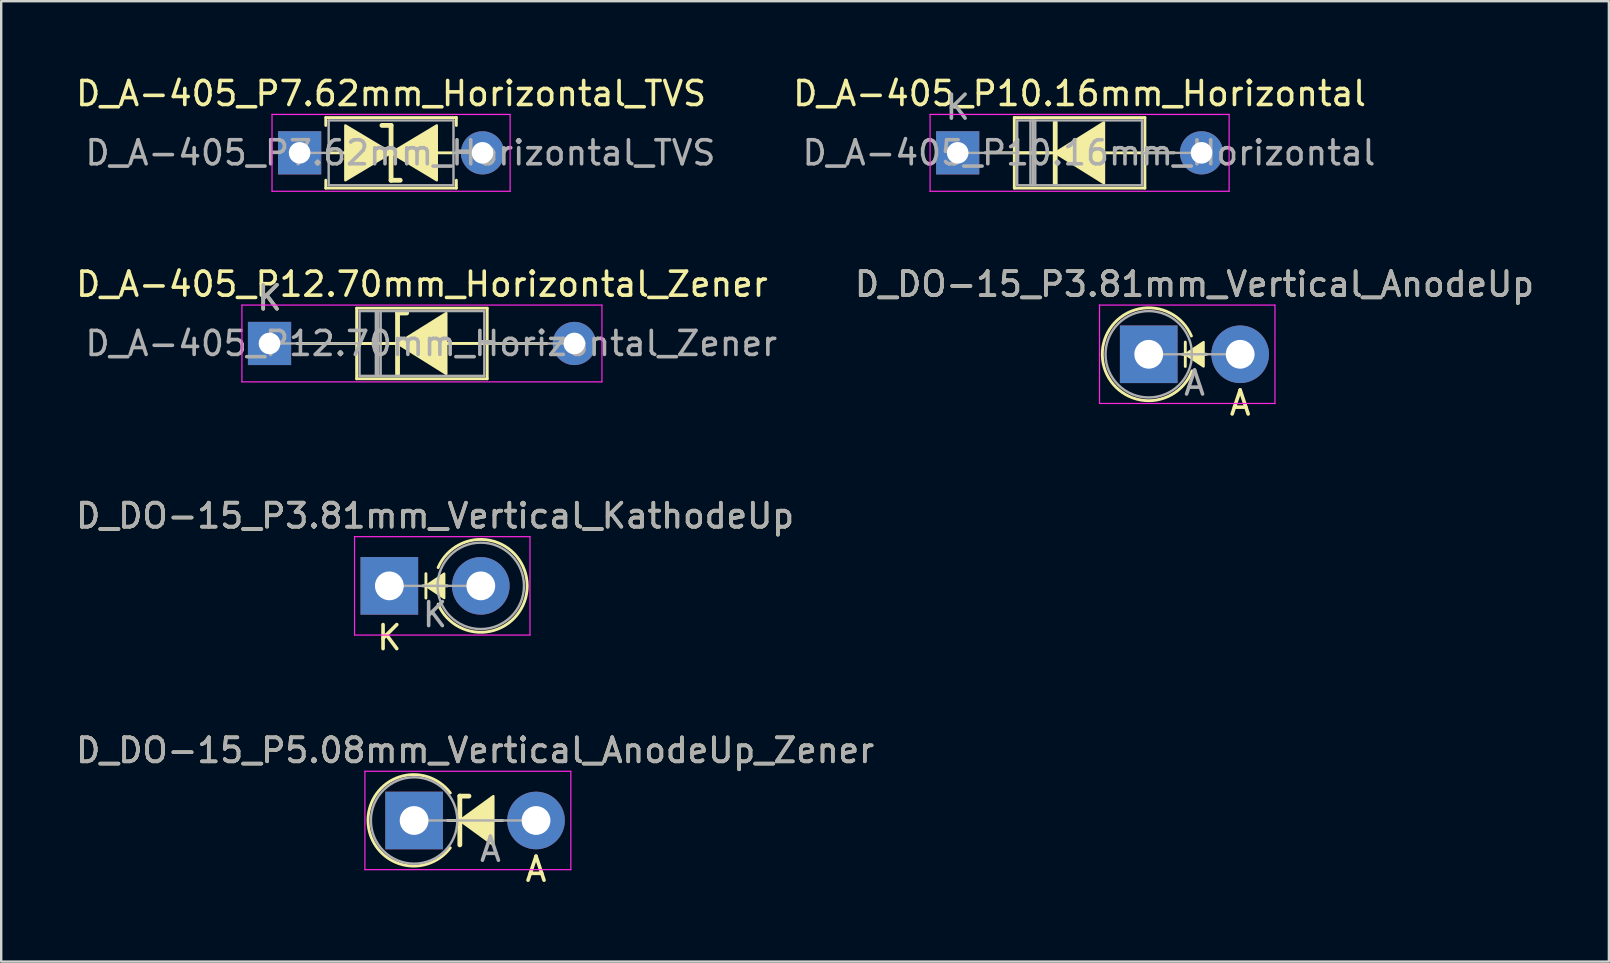
<source format=kicad_pcb>
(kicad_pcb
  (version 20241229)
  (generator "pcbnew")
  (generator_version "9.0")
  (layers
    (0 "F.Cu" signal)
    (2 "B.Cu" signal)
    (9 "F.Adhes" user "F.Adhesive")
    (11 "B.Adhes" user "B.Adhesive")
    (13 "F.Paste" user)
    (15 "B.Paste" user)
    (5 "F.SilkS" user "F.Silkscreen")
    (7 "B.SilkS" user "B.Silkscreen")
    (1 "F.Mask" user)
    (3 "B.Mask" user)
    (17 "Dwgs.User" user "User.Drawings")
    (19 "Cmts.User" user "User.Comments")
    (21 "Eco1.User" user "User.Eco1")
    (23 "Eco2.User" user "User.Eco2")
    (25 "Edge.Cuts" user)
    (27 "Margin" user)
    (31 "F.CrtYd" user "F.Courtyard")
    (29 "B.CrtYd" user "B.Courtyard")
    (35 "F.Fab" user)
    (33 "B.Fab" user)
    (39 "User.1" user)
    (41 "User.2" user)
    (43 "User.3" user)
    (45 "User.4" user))
  (footprint "D_DO-15_P3.81mm_Vertical_KathodeUp"
    (layer "F.Cu")
    (at 13.172 21.36)
    (property "Reference" "D_DO-15_P3.81mm_Vertical_KathodeUp" (at 1.905 -2.92 0) (layer "F.SilkS") (effects (font (size 1 1) (thickness 0.15))))
    (attr through_hole)
    (fp_line (start 1.397 0) (end 2.413 0) (stroke (width 0.12) (type solid)) (layer "F.SilkS"))
    (fp_line (start 1.524 0.508) (end 1.524 -0.508) (stroke (width 0.12) (type solid)) (layer "F.SilkS"))
    (fp_arc (start 2.032001 -0.762) (mid 5.744404 0.000002) (end 2.032 0.762) (stroke (width 0.12) (type solid)) (layer "F.SilkS"))
    (fp_poly (pts (xy 2.286 0.508) (xy 1.524 0) (xy 2.286 -0.508)) (stroke (width 0.1) (type solid)) (fill yes) (layer "F.SilkS"))
    (fp_line (start -1.45 -2.05) (end -1.45 2.05) (stroke (width 0.05) (type solid)) (layer "F.CrtYd"))
    (fp_line (start -1.45 2.05) (end 5.86 2.05) (stroke (width 0.05) (type solid)) (layer "F.CrtYd"))
    (fp_line (start 5.86 -2.05) (end -1.45 -2.05) (stroke (width 0.05) (type solid)) (layer "F.CrtYd"))
    (fp_line (start 5.86 2.05) (end 5.86 -2.05) (stroke (width 0.05) (type solid)) (layer "F.CrtYd"))
    (fp_line (start 0 0) (end 3.81 0) (stroke (width 0.1) (type solid)) (layer "F.Fab"))
    (fp_circle (center 3.81 0) (end 5.61 0) (stroke (width 0.1) (type solid)) (fill no) (layer "F.Fab"))
    (fp_text user "K" (at 0 2.159 0) (layer "F.SilkS") (effects (font (size 1 1) (thickness 0.15))))
    (fp_text user "${REFERENCE}" (at 1.905 -2.92 0) (layer "F.Fab") (effects (font (size 1 1) (thickness 0.15))))
    (fp_text user "K" (at 1.9 1.2 0) (layer "F.Fab") (effects (font (size 1 1) (thickness 0.15))))
    (pad "1" thru_hole rect (at 0 0) (size 2.4 2.4) (drill 1.2) (layers "*.Cu" "*.Mask"))
    (pad "2" thru_hole oval (at 3.81 0) (size 2.4 2.4) (drill 1.2) (layers "*.Cu" "*.Mask")))
  (footprint "D_DO-15_P5.08mm_Vertical_AnodeUp_Zener"
    (layer "F.Cu")
    (at 14.204 31.136)
    (property "Reference" "D_DO-15_P5.08mm_Vertical_AnodeUp_Zener" (at 2.54 -2.92 0) (layer "F.SilkS") (effects (font (size 1 1) (thickness 0.15))))
    (attr through_hole)
    (fp_line (start 1.397 0) (end 2.413 0) (stroke (width 0.12) (type solid)) (layer "F.SilkS"))
    (fp_line (start 1.905 -1.016) (end 1.905 1.016) (stroke (width 0.2) (type solid)) (layer "F.SilkS"))
    (fp_line (start 1.905 -1.016) (end 2.286 -1.016) (stroke (width 0.2) (type solid)) (layer "F.SilkS"))
    (fp_line (start 1.92 0) (end 3.683 0) (stroke (width 0.12) (type solid)) (layer "F.SilkS"))
    (fp_arc (start 1.506315 1.139497) (mid -1.921017 -0.00711) (end 1.507982 -1.148722) (stroke (width 0.12) (type solid)) (layer "F.SilkS"))
    (fp_poly (pts (xy 3.302 1.016) (xy 1.905 0) (xy 3.302 -1.016)) (stroke (width 0.1) (type solid)) (fill yes) (layer "F.SilkS"))
    (fp_line (start -2.05 -2.05) (end -2.05 2.05) (stroke (width 0.05) (type solid)) (layer "F.CrtYd"))
    (fp_line (start -2.05 2.05) (end 6.53 2.05) (stroke (width 0.05) (type solid)) (layer "F.CrtYd"))
    (fp_line (start 6.53 -2.05) (end -2.05 -2.05) (stroke (width 0.05) (type solid)) (layer "F.CrtYd"))
    (fp_line (start 6.53 2.05) (end 6.53 -2.05) (stroke (width 0.05) (type solid)) (layer "F.CrtYd"))
    (fp_line (start 0 0) (end 5.08 0) (stroke (width 0.1) (type solid)) (layer "F.Fab"))
    (fp_circle (center 0 0) (end 1.8 0) (stroke (width 0.1) (type solid)) (fill no) (layer "F.Fab"))
    (fp_text user "A" (at 5.08 2.032 0) (layer "F.SilkS") (effects (font (size 1 1) (thickness 0.15))))
    (fp_text user "${REFERENCE}" (at 2.54 -2.92 0) (layer "F.Fab") (effects (font (size 1 1) (thickness 0.15))))
    (fp_text user "A" (at 3.18 1.2 0) (layer "F.Fab") (effects (font (size 1 1) (thickness 0.15))))
    (pad "1" thru_hole rect (at 0 0) (size 2.4 2.4) (drill 1.2) (layers "*.Cu" "*.Mask"))
    (pad "2" thru_hole oval (at 5.08 0) (size 2.4 2.4) (drill 1.2) (layers "*.Cu" "*.Mask")))
  (footprint "D_A-405_P10.16mm_Horizontal"
    (layer "F.Cu")
    (at 36.852 3.318)
    (property "Reference" "D_A-405_P10.16mm_Horizontal" (at 5.08 -2.47 0) (layer "F.SilkS") (effects (font (size 1 1) (thickness 0.15))))
    (attr through_hole)
    (fp_line (start 1.14 0) (end 2.36 0) (stroke (width 0.12) (type solid)) (layer "F.SilkS"))
    (fp_line (start 2.36 -1.47) (end 2.36 1.47) (stroke (width 0.12) (type solid)) (layer "F.SilkS"))
    (fp_line (start 2.36 1.47) (end 7.8 1.47) (stroke (width 0.12) (type solid)) (layer "F.SilkS"))
    (fp_line (start 2.54 0) (end 4.064 0) (stroke (width 0.12) (type solid)) (layer "F.SilkS"))
    (fp_line (start 3.87 0) (end 2.36 0) (stroke (width 0.12) (type solid)) (layer "F.SilkS"))
    (fp_line (start 4.064 -1.27) (end 4.064 1.27) (stroke (width 0.2) (type solid)) (layer "F.SilkS"))
    (fp_line (start 7.8 -1.47) (end 2.36 -1.47) (stroke (width 0.12) (type solid)) (layer "F.SilkS"))
    (fp_line (start 7.8 0) (end 6.096 0) (stroke (width 0.12) (type solid)) (layer "F.SilkS"))
    (fp_line (start 7.8 1.47) (end 7.8 -1.47) (stroke (width 0.12) (type solid)) (layer "F.SilkS"))
    (fp_line (start 9.02 0) (end 7.8 0) (stroke (width 0.12) (type solid)) (layer "F.SilkS"))
    (fp_poly (pts (xy 6.096 1.27) (xy 4.064 0) (xy 6.096 -1.27)) (stroke (width 0.1) (type solid)) (fill yes) (layer "F.SilkS"))
    (fp_line (start -1.15 -1.6) (end -1.15 1.6) (stroke (width 0.05) (type solid)) (layer "F.CrtYd"))
    (fp_line (start -1.15 1.6) (end 11.31 1.6) (stroke (width 0.05) (type solid)) (layer "F.CrtYd"))
    (fp_line (start 11.31 -1.6) (end -1.15 -1.6) (stroke (width 0.05) (type solid)) (layer "F.CrtYd"))
    (fp_line (start 11.31 1.6) (end 11.31 -1.6) (stroke (width 0.05) (type solid)) (layer "F.CrtYd"))
    (fp_line (start 0 0) (end 2.48 0) (stroke (width 0.1) (type solid)) (layer "F.Fab"))
    (fp_line (start 2.48 -1.35) (end 2.48 1.35) (stroke (width 0.1) (type solid)) (layer "F.Fab"))
    (fp_line (start 2.48 1.35) (end 7.68 1.35) (stroke (width 0.1) (type solid)) (layer "F.Fab"))
    (fp_line (start 3.033 -1.35) (end 3.033 1.35) (stroke (width 0.1) (type solid)) (layer "F.Fab"))
    (fp_line (start 3.133 -1.35) (end 3.133 1.35) (stroke (width 0.1) (type solid)) (layer "F.Fab"))
    (fp_line (start 3.233 -1.35) (end 3.233 1.35) (stroke (width 0.1) (type solid)) (layer "F.Fab"))
    (fp_line (start 7.68 -1.35) (end 2.48 -1.35) (stroke (width 0.1) (type solid)) (layer "F.Fab"))
    (fp_line (start 7.68 1.35) (end 7.68 -1.35) (stroke (width 0.1) (type solid)) (layer "F.Fab"))
    (fp_line (start 10.16 0) (end 7.68 0) (stroke (width 0.1) (type solid)) (layer "F.Fab"))
    (fp_text user "${REFERENCE}" (at 5.47 0 0) (layer "F.Fab") (effects (font (size 1 1) (thickness 0.15))))
    (fp_text user "K" (at 0 -1.9 0) (layer "F.Fab") (effects (font (size 1 1) (thickness 0.15))))
    (pad "1" thru_hole rect (at 0 0) (size 1.8 1.8) (drill 0.9) (layers "*.Cu" "*.Mask"))
    (pad "2" thru_hole oval (at 10.16 0) (size 1.8 1.8) (drill 0.9) (layers "*.Cu" "*.Mask")))
  (footprint "D_A-405_P12.70mm_Horizontal_Zener"
    (layer "F.Cu")
    (at 8.18 11.261)
    (property "Reference" "D_A-405_P12.70mm_Horizontal_Zener" (at 6.35 -2.47 0) (layer "F.SilkS") (effects (font (size 1 1) (thickness 0.15))))
    (attr through_hole)
    (fp_line (start 1.14 0) (end 3.63 0) (stroke (width 0.12) (type solid)) (layer "F.SilkS"))
    (fp_line (start 3.63 -1.47) (end 3.63 1.47) (stroke (width 0.12) (type solid)) (layer "F.SilkS"))
    (fp_line (start 3.63 0) (end 5.2 0) (stroke (width 0.12) (type solid)) (layer "F.SilkS"))
    (fp_line (start 3.63 1.47) (end 9.07 1.47) (stroke (width 0.12) (type solid)) (layer "F.SilkS"))
    (fp_line (start 5.334 -1.27) (end 5.334 1.27) (stroke (width 0.2) (type solid)) (layer "F.SilkS"))
    (fp_line (start 5.334 -1.27) (end 5.715 -1.27) (stroke (width 0.2) (type solid)) (layer "F.SilkS"))
    (fp_line (start 5.334 0) (end 3.8 0) (stroke (width 0.12) (type solid)) (layer "F.SilkS"))
    (fp_line (start 9.07 -1.47) (end 3.63 -1.47) (stroke (width 0.12) (type solid)) (layer "F.SilkS"))
    (fp_line (start 9.07 0) (end 7.429 0) (stroke (width 0.12) (type solid)) (layer "F.SilkS"))
    (fp_line (start 9.07 1.47) (end 9.07 -1.47) (stroke (width 0.12) (type solid)) (layer "F.SilkS"))
    (fp_line (start 11.56 0) (end 9.07 0) (stroke (width 0.12) (type solid)) (layer "F.SilkS"))
    (fp_poly (pts (xy 7.366 1.27) (xy 5.334 0) (xy 7.366 -1.27)) (stroke (width 0.1) (type solid)) (fill yes) (layer "F.SilkS"))
    (fp_line (start -1.15 -1.6) (end -1.15 1.6) (stroke (width 0.05) (type solid)) (layer "F.CrtYd"))
    (fp_line (start -1.15 1.6) (end 13.85 1.6) (stroke (width 0.05) (type solid)) (layer "F.CrtYd"))
    (fp_line (start 13.85 -1.6) (end -1.15 -1.6) (stroke (width 0.05) (type solid)) (layer "F.CrtYd"))
    (fp_line (start 13.85 1.6) (end 13.85 -1.6) (stroke (width 0.05) (type solid)) (layer "F.CrtYd"))
    (fp_line (start 0 0) (end 3.75 0) (stroke (width 0.1) (type solid)) (layer "F.Fab"))
    (fp_line (start 3.75 -1.35) (end 3.75 1.35) (stroke (width 0.1) (type solid)) (layer "F.Fab"))
    (fp_line (start 3.75 1.35) (end 8.95 1.35) (stroke (width 0.1) (type solid)) (layer "F.Fab"))
    (fp_line (start 4.43 -1.35) (end 4.43 1.35) (stroke (width 0.1) (type solid)) (layer "F.Fab"))
    (fp_line (start 4.53 -1.35) (end 4.53 1.35) (stroke (width 0.1) (type solid)) (layer "F.Fab"))
    (fp_line (start 4.63 -1.35) (end 4.63 1.35) (stroke (width 0.1) (type solid)) (layer "F.Fab"))
    (fp_line (start 8.95 -1.35) (end 3.75 -1.35) (stroke (width 0.1) (type solid)) (layer "F.Fab"))
    (fp_line (start 8.95 1.35) (end 8.95 -1.35) (stroke (width 0.1) (type solid)) (layer "F.Fab"))
    (fp_line (start 12.7 0) (end 8.95 0) (stroke (width 0.1) (type solid)) (layer "F.Fab"))
    (fp_text user "K" (at 0 -1.9 0) (layer "F.SilkS") (effects (font (size 1 1) (thickness 0.15))))
    (fp_text user "K" (at 0 -1.9 0) (layer "F.Fab") (effects (font (size 1 1) (thickness 0.15))))
    (fp_text user "${REFERENCE}" (at 6.74 0 0) (layer "F.Fab") (effects (font (size 1 1) (thickness 0.15))))
    (pad "1" thru_hole rect (at 0 0) (size 1.8 1.8) (drill 0.9) (layers "*.Cu" "*.Mask"))
    (pad "2" thru_hole oval (at 12.7 0) (size 1.8 1.8) (drill 0.9) (layers "*.Cu" "*.Mask")))
  (footprint "D_A-405_P7.62mm_Horizontal_TVS"
    (layer "F.Cu")
    (at 9.434 3.318)
    (property "Reference" "D_A-405_P7.62mm_Horizontal_TVS" (at 3.81 -2.47 0) (layer "F.SilkS") (effects (font (size 1 1) (thickness 0.15))))
    (attr through_hole)
    (fp_line (start 1.09 -1.47) (end 6.53 -1.47) (stroke (width 0.12) (type solid)) (layer "F.SilkS"))
    (fp_line (start 1.09 -1.14) (end 1.09 -1.47) (stroke (width 0.12) (type solid)) (layer "F.SilkS"))
    (fp_line (start 1.09 1.14) (end 1.09 1.47) (stroke (width 0.12) (type solid)) (layer "F.SilkS"))
    (fp_line (start 1.09 1.47) (end 6.53 1.47) (stroke (width 0.12) (type solid)) (layer "F.SilkS"))
    (fp_line (start 1.27 0) (end 1.905 0) (stroke (width 0.12) (type solid)) (layer "F.SilkS"))
    (fp_line (start 3.81 -1.143) (end 3.429 -1.143) (stroke (width 0.2) (type solid)) (layer "F.SilkS"))
    (fp_line (start 3.81 1.143) (end 3.81 -1.143) (stroke (width 0.2) (type solid)) (layer "F.SilkS"))
    (fp_line (start 4.191 1.143) (end 3.81 1.143) (stroke (width 0.2) (type solid)) (layer "F.SilkS"))
    (fp_line (start 6.35 0) (end 5.715 0) (stroke (width 0.12) (type solid)) (layer "F.SilkS"))
    (fp_line (start 6.53 -1.47) (end 6.53 -1.14) (stroke (width 0.12) (type solid)) (layer "F.SilkS"))
    (fp_line (start 6.53 1.47) (end 6.53 1.14) (stroke (width 0.12) (type solid)) (layer "F.SilkS"))
    (fp_poly (pts (xy 3.81 0) (xy 1.905 1.143) (xy 1.905 -1.143)) (stroke (width 0.1) (type solid)) (fill yes) (layer "F.SilkS"))
    (fp_poly (pts (xy 3.81 0) (xy 5.715 -1.143) (xy 5.715 1.143)) (stroke (width 0.1) (type solid)) (fill yes) (layer "F.SilkS"))
    (fp_line (start -1.15 -1.6) (end -1.15 1.6) (stroke (width 0.05) (type solid)) (layer "F.CrtYd"))
    (fp_line (start -1.15 1.6) (end 8.77 1.6) (stroke (width 0.05) (type solid)) (layer "F.CrtYd"))
    (fp_line (start 8.77 -1.6) (end -1.15 -1.6) (stroke (width 0.05) (type solid)) (layer "F.CrtYd"))
    (fp_line (start 8.77 1.6) (end 8.77 -1.6) (stroke (width 0.05) (type solid)) (layer "F.CrtYd"))
    (fp_line (start 0 0) (end 1.21 0) (stroke (width 0.1) (type solid)) (layer "F.Fab"))
    (fp_line (start 1.21 -1.35) (end 1.21 1.35) (stroke (width 0.1) (type solid)) (layer "F.Fab"))
    (fp_line (start 1.21 1.35) (end 6.41 1.35) (stroke (width 0.1) (type solid)) (layer "F.Fab"))
    (fp_line (start 6.41 -1.35) (end 1.21 -1.35) (stroke (width 0.1) (type solid)) (layer "F.Fab"))
    (fp_line (start 6.41 1.35) (end 6.41 -1.35) (stroke (width 0.1) (type solid)) (layer "F.Fab"))
    (fp_line (start 7.62 0) (end 6.41 0) (stroke (width 0.1) (type solid)) (layer "F.Fab"))
    (fp_text user "${REFERENCE}" (at 4.2 0 0) (layer "F.Fab") (effects (font (size 1 1) (thickness 0.15))))
    (pad "1" thru_hole rect (at 0 0) (size 1.8 1.8) (drill 0.9) (layers "*.Cu" "*.Mask"))
    (pad "2" thru_hole oval (at 7.62 0) (size 1.8 1.8) (drill 0.9) (layers "*.Cu" "*.Mask")))
  (footprint "D_DO-15_P3.81mm_Vertical_AnodeUp"
    (layer "F.Cu")
    (at 44.812 11.711)
    (property "Reference" "D_DO-15_P3.81mm_Vertical_AnodeUp" (at 1.905 -2.92 0) (layer "F.SilkS") (effects (font (size 1 1) (thickness 0.15))))
    (attr through_hole)
    (fp_line (start 1.397 0) (end 2.413 0) (stroke (width 0.12) (type solid)) (layer "F.SilkS"))
    (fp_line (start 1.524 0.508) (end 1.524 -0.508) (stroke (width 0.12) (type solid)) (layer "F.SilkS"))
    (fp_arc (start 1.806184 0.692547) (mid -1.934042 0.037477) (end 1.777999 -0.761999) (stroke (width 0.12) (type solid)) (layer "F.SilkS"))
    (fp_poly (pts (xy 2.286 0.508) (xy 1.524 0) (xy 2.286 -0.508)) (stroke (width 0.1) (type solid)) (fill yes) (layer "F.SilkS"))
    (fp_line (start -2.05 -2.05) (end -2.05 2.05) (stroke (width 0.05) (type solid)) (layer "F.CrtYd"))
    (fp_line (start -2.05 2.05) (end 5.26 2.05) (stroke (width 0.05) (type solid)) (layer "F.CrtYd"))
    (fp_line (start 5.26 -2.05) (end -2.05 -2.05) (stroke (width 0.05) (type solid)) (layer "F.CrtYd"))
    (fp_line (start 5.26 2.05) (end 5.26 -2.05) (stroke (width 0.05) (type solid)) (layer "F.CrtYd"))
    (fp_line (start 0 0) (end 3.81 0) (stroke (width 0.1) (type solid)) (layer "F.Fab"))
    (fp_circle (center 0 0) (end 1.8 0) (stroke (width 0.1) (type solid)) (fill no) (layer "F.Fab"))
    (fp_text user "A" (at 3.81 2.032 0) (layer "F.SilkS") (effects (font (size 1 1) (thickness 0.15))))
    (fp_text user "A" (at 1.91 1.2 0) (layer "F.Fab") (effects (font (size 1 1) (thickness 0.15))))
    (fp_text user "${REFERENCE}" (at 1.905 -2.92 0) (layer "F.Fab") (effects (font (size 1 1) (thickness 0.15))))
    (pad "1" thru_hole rect (at 0 0) (size 2.4 2.4) (drill 1.2) (layers "*.Cu" "*.Mask"))
    (pad "2" thru_hole oval (at 3.81 0) (size 2.4 2.4) (drill 1.2) (layers "*.Cu" "*.Mask")))
  (gr_rect
    (start -3 -3)
    (end 63.985 37.016)
    (stroke (width 0.1) (type default))
    (fill no)
    (layer "Edge.Cuts")))
</source>
